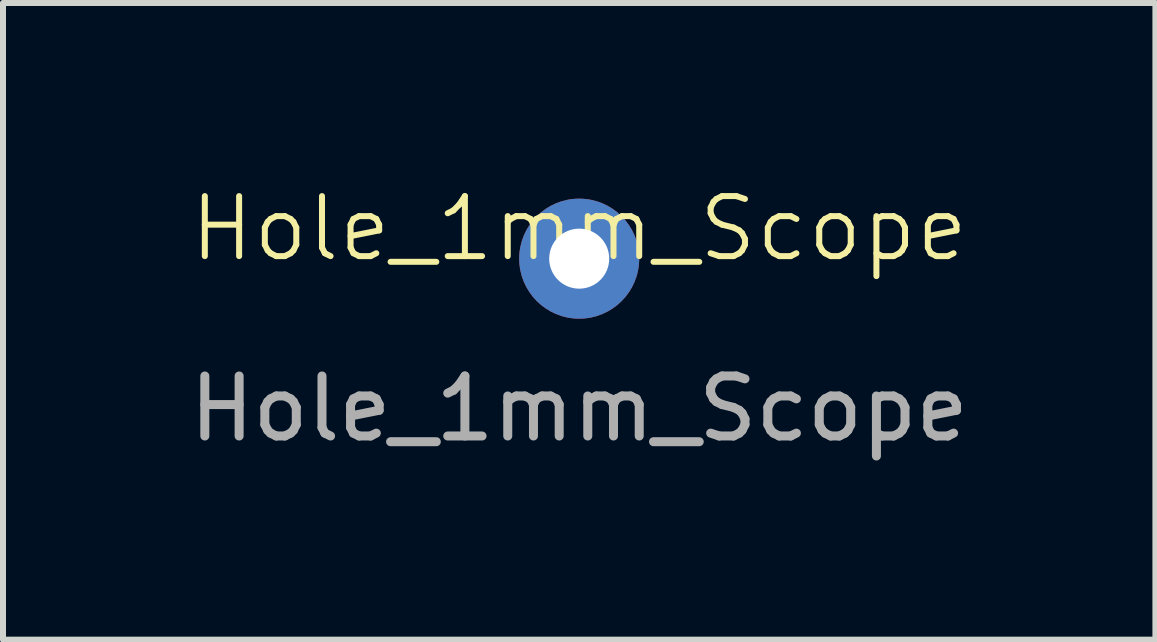
<source format=kicad_pcb>
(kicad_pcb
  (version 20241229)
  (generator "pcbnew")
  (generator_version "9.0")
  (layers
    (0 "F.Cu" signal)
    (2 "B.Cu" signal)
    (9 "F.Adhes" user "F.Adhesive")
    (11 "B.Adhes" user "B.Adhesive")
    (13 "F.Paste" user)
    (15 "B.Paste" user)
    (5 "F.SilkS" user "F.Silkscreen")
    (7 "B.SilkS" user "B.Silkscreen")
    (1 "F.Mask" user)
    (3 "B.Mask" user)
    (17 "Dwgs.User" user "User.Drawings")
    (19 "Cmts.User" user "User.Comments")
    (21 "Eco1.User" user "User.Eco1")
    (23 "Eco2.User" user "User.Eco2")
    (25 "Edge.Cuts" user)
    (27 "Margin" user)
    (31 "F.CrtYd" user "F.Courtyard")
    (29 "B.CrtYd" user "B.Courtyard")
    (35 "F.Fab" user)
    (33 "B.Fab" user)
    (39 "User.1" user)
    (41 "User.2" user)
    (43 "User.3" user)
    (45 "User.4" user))
  (footprint "Hole_1mm_Scope"
    (layer "F.Cu")
    (at 6.601 1.26)
    (property "Reference" "Hole_1mm_Scope" (at 0 -0.5 0) (unlocked yes) (layer "F.SilkS") (effects (font (size 1 1) (thickness 0.1))))
    (attr through_hole)
    (fp_text user "${REFERENCE}" (at 0 2.5 0) (unlocked yes) (layer "F.Fab") (effects (font (size 1 1) (thickness 0.15))))
    (pad "1" thru_hole circle (at 0 0) (size 2 2) (drill 1) (layers "*.Cu" "*.Mask")))
  (gr_rect
    (start -3 -3)
    (end 16.202 7.609)
    (stroke (width 0.1) (type default))
    (fill no)
    (layer "Edge.Cuts")))
</source>
